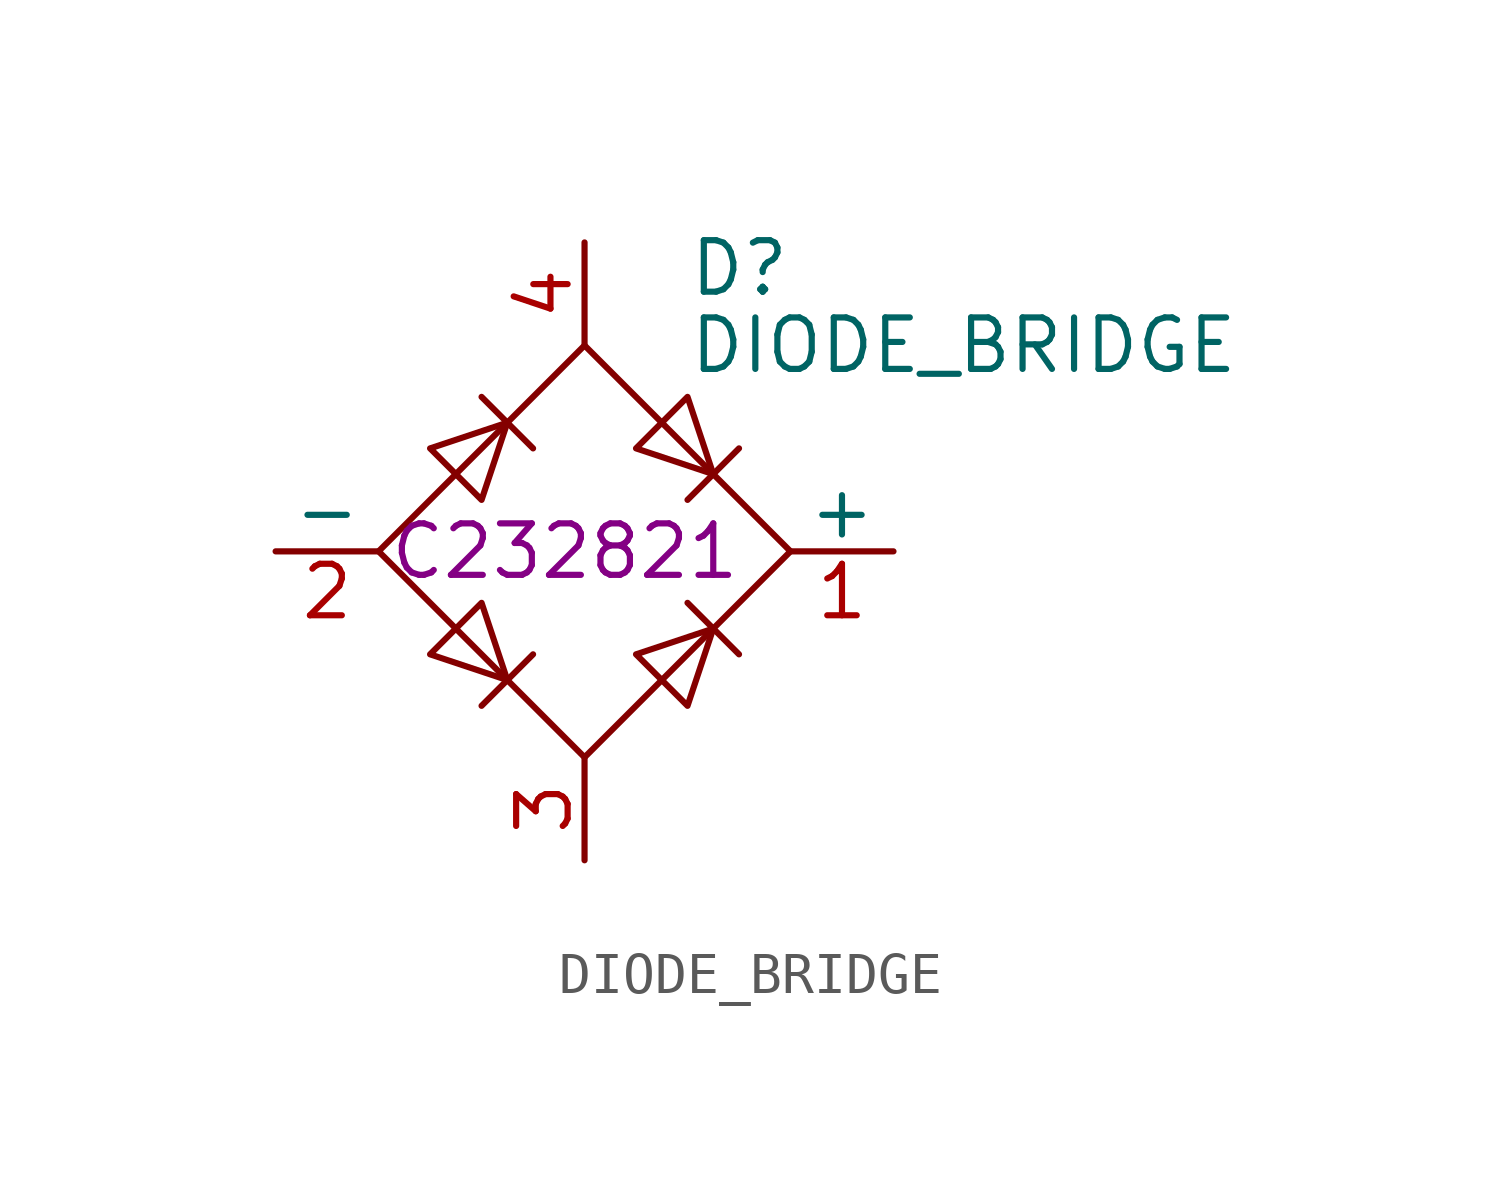
<source format=kicad_sym>
(kicad_symbol_lib
  (version 20211014)
  (generator kicad_symbol_editor)
  (symbol "DIODE_BRIDGE"
    (pin_names
      (offset 0))
    (property "Reference" "D"
      (at 2.54 6.985 0)
      (effects (font (size 1.27 1.27)) (justify left)))
    (property "Value" "DIODE_BRIDGE"
      (at 2.54 5.08 0)
      (effects (font (size 1.27 1.27)) (justify left)))
    (property "LCSC Part Number" "C232821 "
      (at 0 0 0)
      (effects (font (size 1.27 1.27))))
    (symbol "DIODE_BRIDGE_0_1"
      (polyline (pts (xy -2.54 3.81) (xy -1.27 2.54)) (stroke (width 0) (type default) (color 0 0 0 0)) (fill (type none)))
      (polyline (pts (xy -1.27 -2.54) (xy -2.54 -3.81)) (stroke (width 0) (type default) (color 0 0 0 0)) (fill (type none)))
      (polyline (pts (xy 2.54 -1.27) (xy 3.81 -2.54)) (stroke (width 0) (type default) (color 0 0 0 0)) (fill (type none)))
      (polyline (pts (xy 2.54 1.27) (xy 3.81 2.54)) (stroke (width 0) (type default) (color 0 0 0 0)) (fill (type none)))
      (polyline (pts (xy -3.81 2.54) (xy -2.54 1.27) (xy -1.905 3.175) (xy -3.81 2.54)) (stroke (width 0) (type default) (color 0 0 0 0)) (fill (type none)))
      (polyline (pts (xy -2.54 -1.27) (xy -3.81 -2.54) (xy -1.905 -3.175) (xy -2.54 -1.27)) (stroke (width 0) (type default) (color 0 0 0 0)) (fill (type none)))
      (polyline (pts (xy 1.27 2.54) (xy 2.54 3.81) (xy 3.175 1.905) (xy 1.27 2.54)) (stroke (width 0) (type default) (color 0 0 0 0)) (fill (type none)))
      (polyline (pts (xy 3.175 -1.905) (xy 1.27 -2.54) (xy 2.54 -3.81) (xy 3.175 -1.905)) (stroke (width 0) (type default) (color 0 0 0 0)) (fill (type none)))
      (polyline (pts (xy -5.08 0) (xy 0 -5.08) (xy 5.08 0) (xy 0 5.08) (xy -5.08 0)) (stroke (width 0) (type default) (color 0 0 0 0)) (fill (type none))))
    (symbol "DIODE_BRIDGE_1_1"
      (pin passive line (at 7.62 0 180) (length 2.54) (name "+" (effects (font (size 1.27 1.27)))) (number "1" (effects (font (size 1.27 1.27)))))
      (pin passive line (at -7.62 0 0) (length 2.54) (name "-" (effects (font (size 1.27 1.27)))) (number "2" (effects (font (size 1.27 1.27)))))
      (pin passive line (at 0 -7.62 90) (length 2.54) (name "~" (effects (font (size 1.27 1.27)))) (number "3" (effects (font (size 1.27 1.27)))))
      (pin passive line (at 0 7.62 270) (length 2.54) (name "~" (effects (font (size 1.27 1.27)))) (number "4" (effects (font (size 1.27 1.27))))))))
</source>
